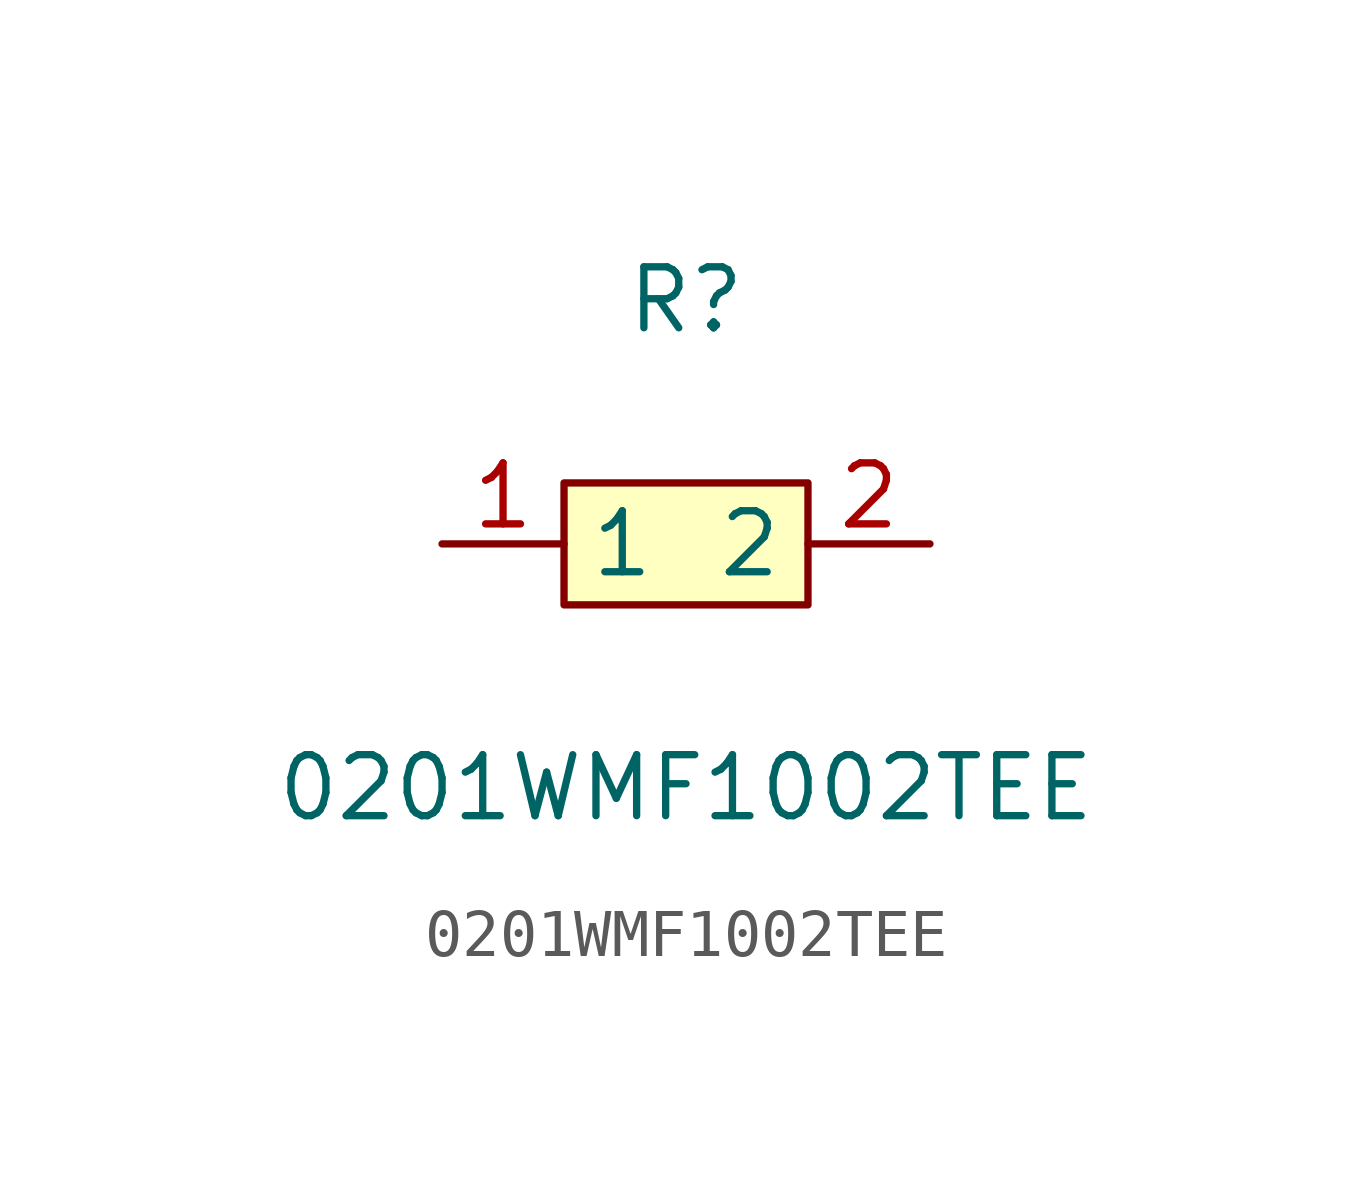
<source format=kicad_sym>
(kicad_symbol_lib
  (version 20211014)
  (generator https://github.com/uPesy/easyeda2kicad.py)
  (symbol "0201WMF1002TEE"
    (property "Reference" "R"
      (at 0 5.08 0)
      (effects (font (size 1.27 1.27))))
    (property "Value" "0201WMF1002TEE"
      (at 0 -5.08 0)
      (effects (font (size 1.27 1.27))))
    (symbol "0201WMF1002TEE_0_1"
      (rectangle (start -2.54 1.27) (end 2.54 -1.27) (stroke (width 0) (type default) (color 0 0 0 0)) (fill (type background)))
      (pin unspecified line (at -5.08 -0.00 0) (length 2.54) (name "1" (effects (font (size 1.27 1.27)))) (number "1" (effects (font (size 1.27 1.27)))))
      (pin unspecified line (at 5.08 -0.00 180) (length 2.54) (name "2" (effects (font (size 1.27 1.27)))) (number "2" (effects (font (size 1.27 1.27))))))))
</source>
